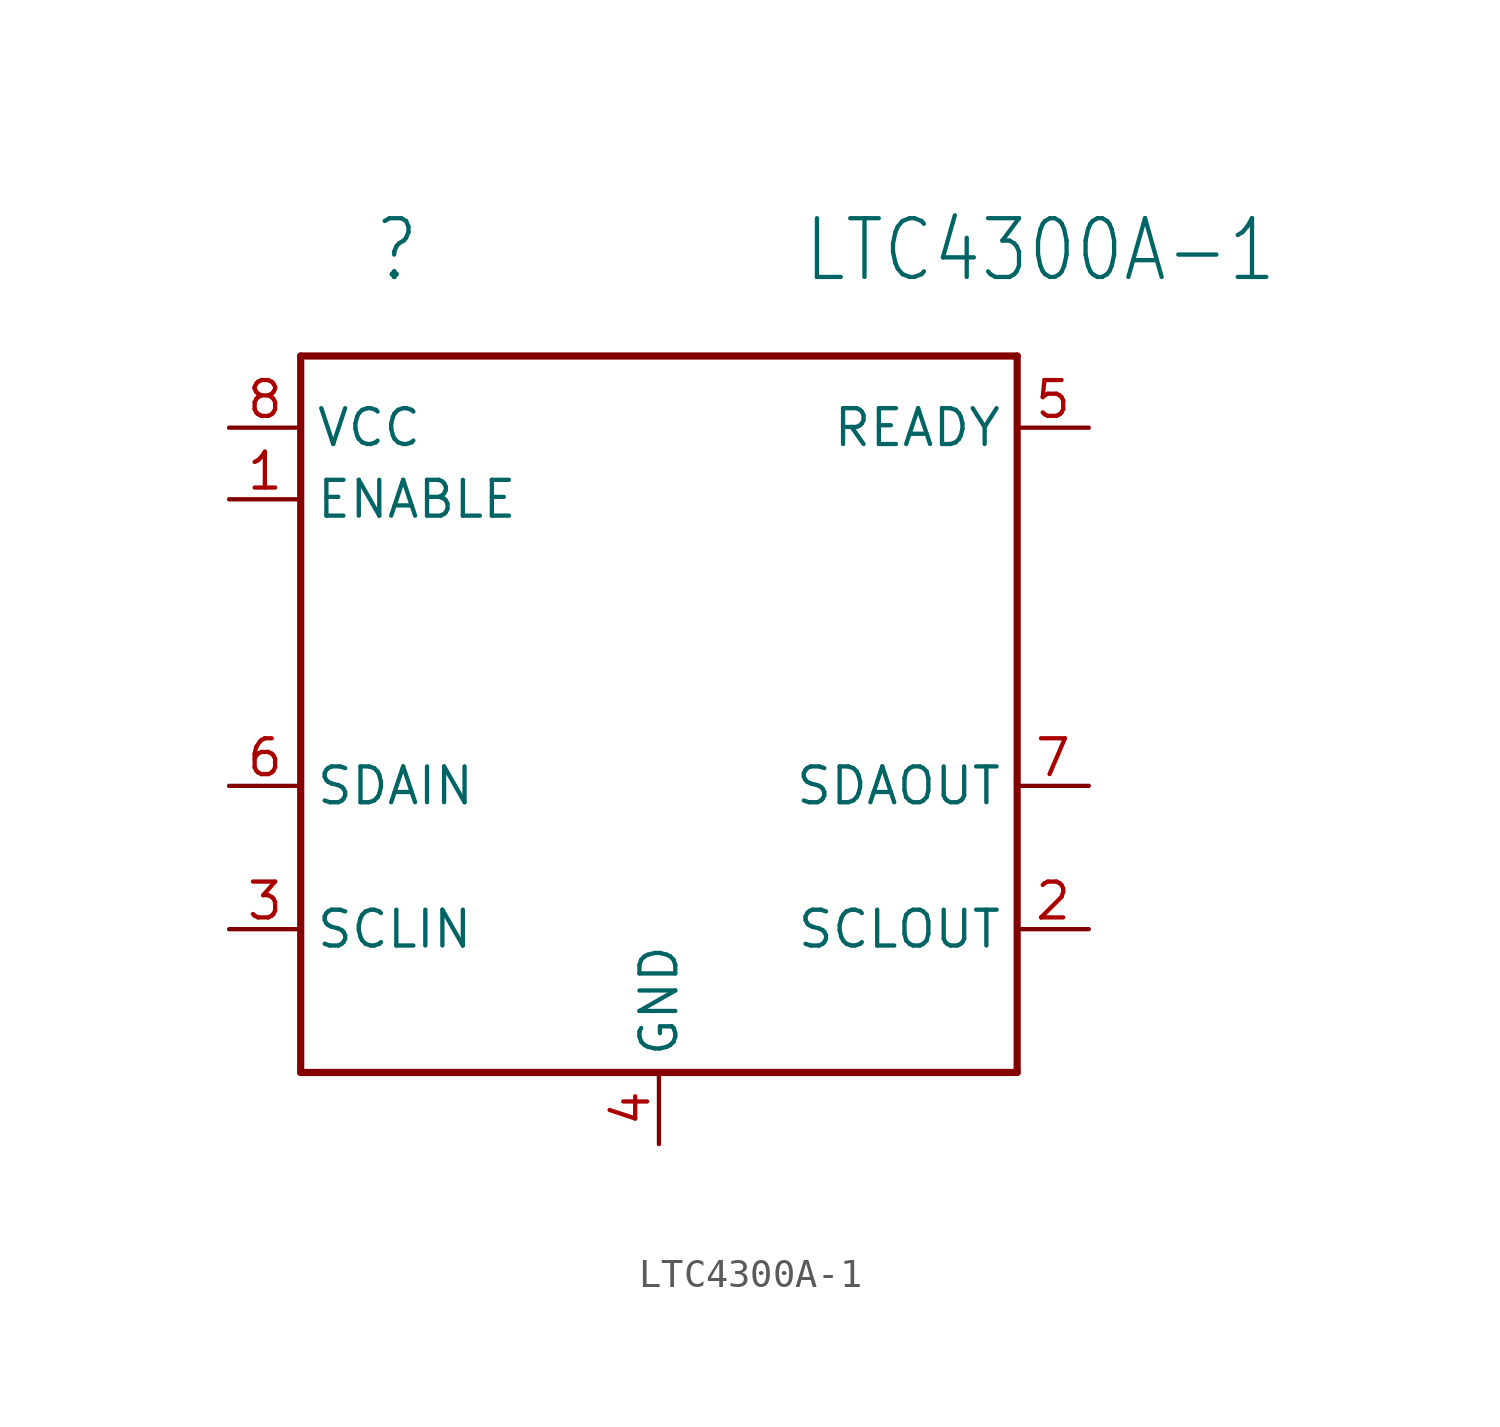
<source format=kicad_sym>
(kicad_symbol_lib
  (version 20211014)
  (generator kicad_symbol_editor)
  (symbol "LTC4300A-1"
    (property "Reference" ""
      (at -10.16 15.24 0)
      (effects (font (size 2.083 1.77)) (justify left bottom)))
    (property "Value" "LTC4300A-1"
      (at 5.08 15.24 0)
      (effects (font (size 2.083 1.77)) (justify left bottom)))
    (property "ki_locked" ""
      (at 0 0 0)
      (effects (font (size 1.27 1.27))))
    (symbol "LTC4300A-1_1_0"
      (polyline (pts (xy -12.7 -12.7) (xy 12.7 -12.7)) (stroke (width 0.254) (type default) (color 0 0 0 0)) (fill (type none)))
      (polyline (pts (xy -12.7 12.7) (xy -12.7 -12.7)) (stroke (width 0.254) (type default) (color 0 0 0 0)) (fill (type none)))
      (polyline (pts (xy 12.7 -12.7) (xy 12.7 12.7)) (stroke (width 0.254) (type default) (color 0 0 0 0)) (fill (type none)))
      (polyline (pts (xy 12.7 12.7) (xy -12.7 12.7)) (stroke (width 0.254) (type default) (color 0 0 0 0)) (fill (type none)))
      (pin input line (at -15.24 7.62 0) (length 2.54) (name "ENABLE" (effects (font (size 1.27 1.27)))) (number "1" (effects (font (size 1.27 1.27)))))
      (pin output line (at 15.24 -7.62 180) (length 2.54) (name "SCLOUT" (effects (font (size 1.27 1.27)))) (number "2" (effects (font (size 1.27 1.27)))))
      (pin input line (at -15.24 -7.62 0) (length 2.54) (name "SCLIN" (effects (font (size 1.27 1.27)))) (number "3" (effects (font (size 1.27 1.27)))))
      (pin power_in line (at 0 -15.24 90) (length 2.54) (name "GND" (effects (font (size 1.27 1.27)))) (number "4" (effects (font (size 1.27 1.27)))))
      (pin output line (at 15.24 10.16 180) (length 2.54) (name "READY" (effects (font (size 1.27 1.27)))) (number "5" (effects (font (size 1.27 1.27)))))
      (pin input line (at -15.24 -2.54 0) (length 2.54) (name "SDAIN" (effects (font (size 1.27 1.27)))) (number "6" (effects (font (size 1.27 1.27)))))
      (pin output line (at 15.24 -2.54 180) (length 2.54) (name "SDAOUT" (effects (font (size 1.27 1.27)))) (number "7" (effects (font (size 1.27 1.27)))))
      (pin power_in line (at -15.24 10.16 0) (length 2.54) (name "VCC" (effects (font (size 1.27 1.27)))) (number "8" (effects (font (size 1.27 1.27))))))))
</source>
